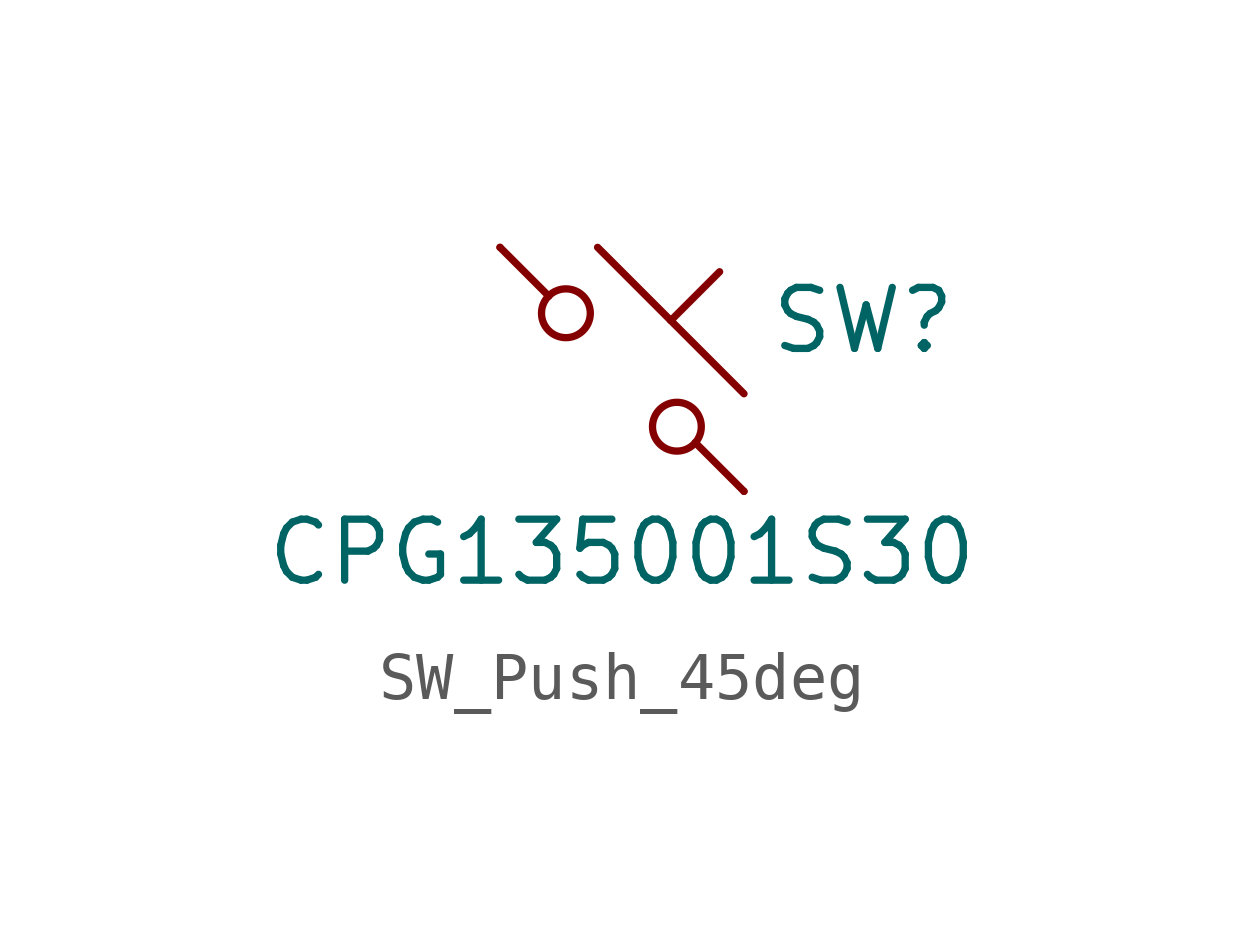
<source format=kicad_sym>
(kicad_symbol_lib
  (version 20231120)
  (generator "kicad_symbol_editor")
  (generator_version "8.0")
  (symbol "SW_Push_45deg"
    (pin_numbers hide)
    (pin_names
      (offset 1.016) hide)
    (property "Reference" "SW"
      (at 3.048 1.016 0)
      (effects (font (size 1.27 1.27)) (justify left)))
    (property "Value" "CPG135001S30"
      (at 0 -3.81 0)
      (effects (font (size 1.27 1.27))))
    (symbol "SW_Push_45deg_0_1"
      (circle (center -1.168 1.168) (radius 0.508) (stroke (width 0) (type default)) (fill (type none)))
      (polyline (pts (xy -0.508 2.54) (xy 2.54 -0.508)) (stroke (width 0) (type default)) (fill (type none)))
      (polyline (pts (xy 1.016 1.016) (xy 2.032 2.032)) (stroke (width 0) (type default)) (fill (type none)))
      (polyline (pts (xy -2.54 2.54) (xy -1.524 1.524) (xy -1.524 1.524)) (stroke (width 0) (type default)) (fill (type none)))
      (polyline (pts (xy 1.524 -1.524) (xy 2.54 -2.54) (xy 2.54 -2.54) (xy 2.54 -2.54)) (stroke (width 0) (type default)) (fill (type none)))
      (circle (center 1.143 -1.194) (radius 0.508) (stroke (width 0) (type default)) (fill (type none)))
      (pin passive line (at -2.54 2.54 0) (length 0) (name "1" (effects (font (size 1.27 1.27)))) (number "1" (effects (font (size 1.27 1.27)))))
      (pin passive line (at 2.54 -2.54 180) (length 0) (name "2" (effects (font (size 1.27 1.27)))) (number "2" (effects (font (size 1.27 1.27))))))))
</source>
